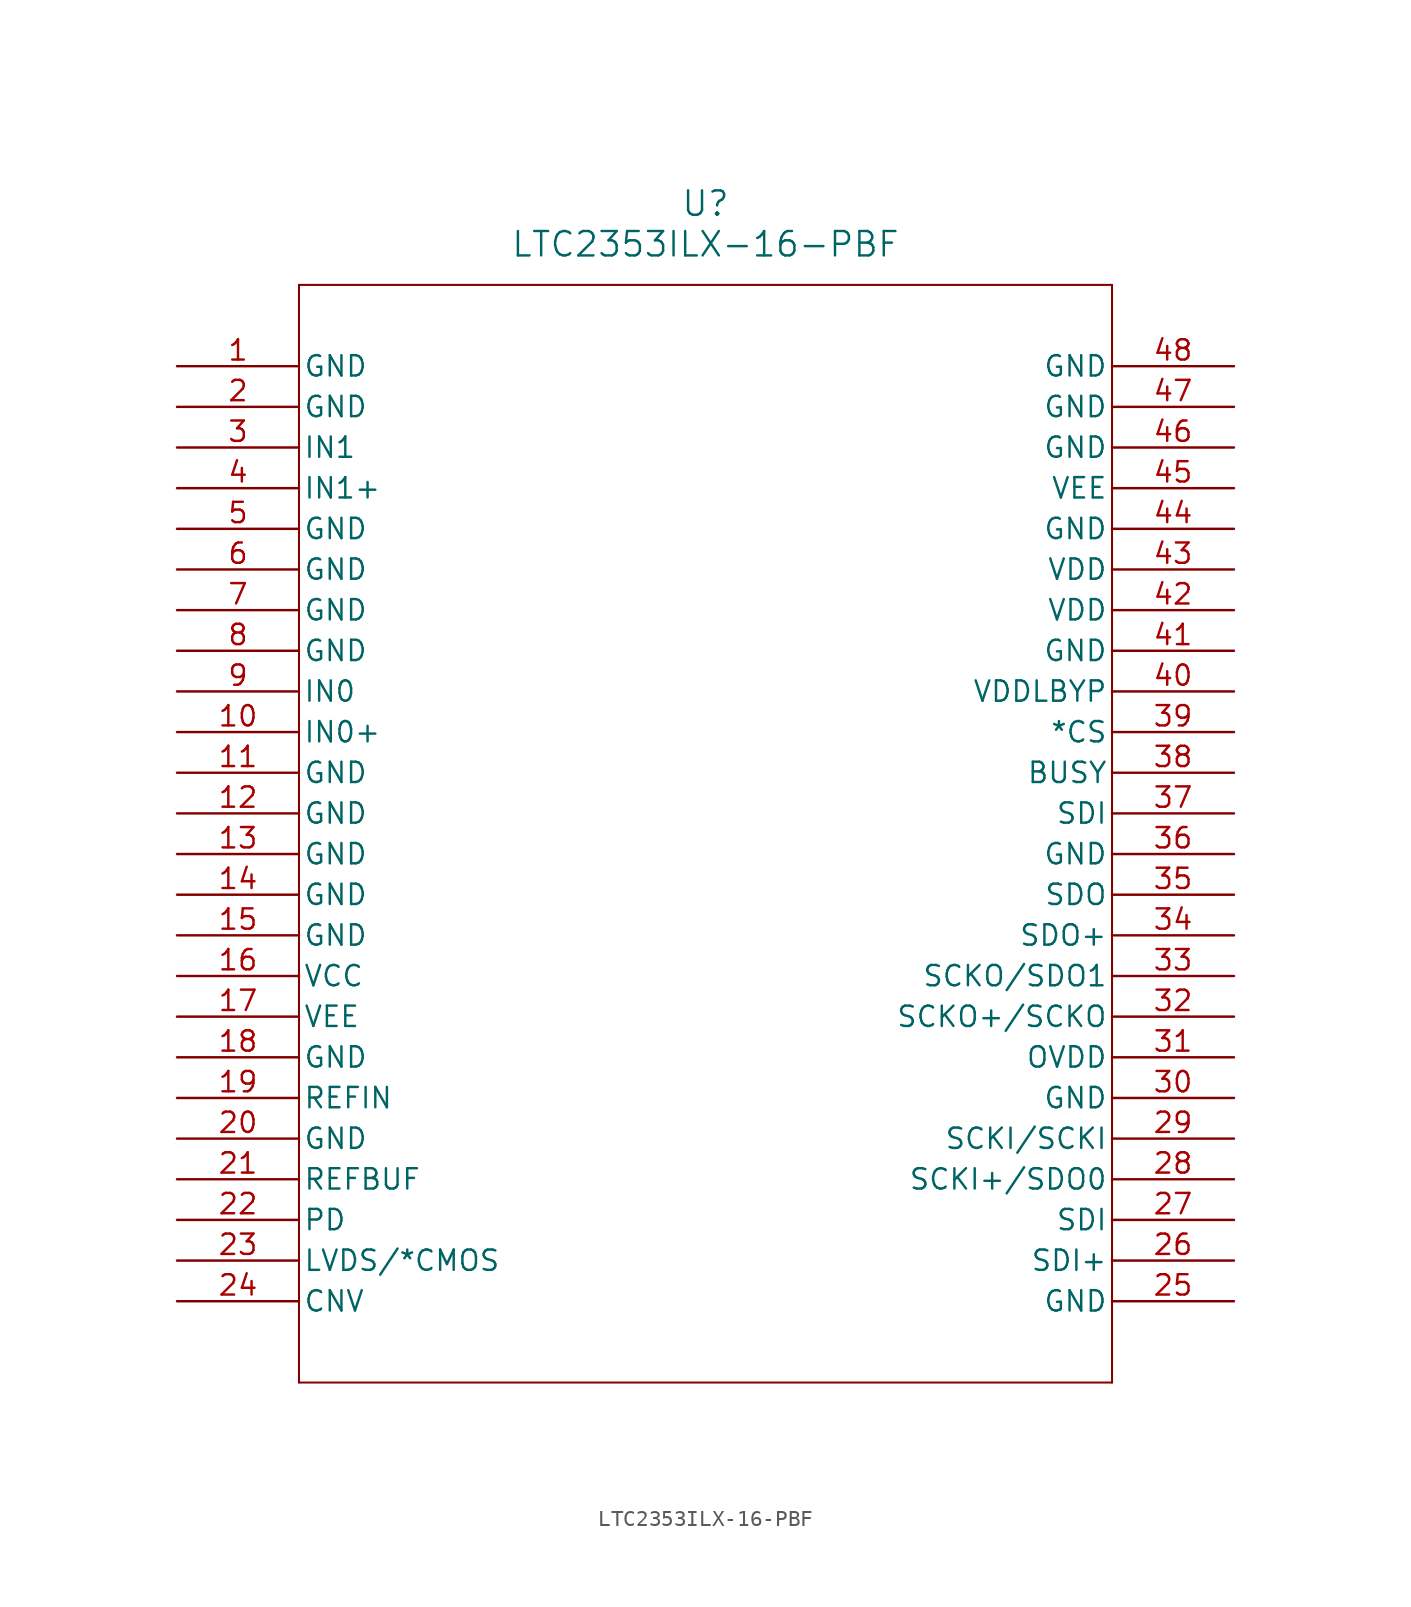
<source format=kicad_sym>
(kicad_symbol_lib
  (version 20211014)
  (generator kicad_symbol_editor)
  (symbol "LTC2353ILX-16-PBF"
    (pin_names
      (offset 0.254))
    (property "Reference" "U"
      (at 33.02 10.16 0)
      (effects (font (size 1.524 1.524))))
    (property "Value" "LTC2353ILX-16-PBF"
      (at 33.02 7.62 0)
      (effects (font (size 1.524 1.524))))
    (symbol "LTC2353ILX-16-PBF_0_1"
      (polyline (pts (xy 7.62 5.08) (xy 7.62 -63.5)) (stroke (width 0.127) (type default) (color 0 0 0 0)) (fill (type none)))
      (polyline (pts (xy 7.62 -63.5) (xy 58.42 -63.5)) (stroke (width 0.127) (type default) (color 0 0 0 0)) (fill (type none)))
      (polyline (pts (xy 58.42 -63.5) (xy 58.42 5.08)) (stroke (width 0.127) (type default) (color 0 0 0 0)) (fill (type none)))
      (polyline (pts (xy 58.42 5.08) (xy 7.62 5.08)) (stroke (width 0.127) (type default) (color 0 0 0 0)) (fill (type none)))
      (pin power_out line (at 0 0 0) (length 7.62) (name "GND" (effects (font (size 1.27 1.27)))) (number "1" (effects (font (size 1.27 1.27)))))
      (pin power_out line (at 0 -2.54 0) (length 7.62) (name "GND" (effects (font (size 1.27 1.27)))) (number "2" (effects (font (size 1.27 1.27)))))
      (pin input line (at 0 -5.08 0) (length 7.62) (name "IN1" (effects (font (size 1.27 1.27)))) (number "3" (effects (font (size 1.27 1.27)))))
      (pin input line (at 0 -7.62 0) (length 7.62) (name "IN1+" (effects (font (size 1.27 1.27)))) (number "4" (effects (font (size 1.27 1.27)))))
      (pin power_out line (at 0 -10.16 0) (length 7.62) (name "GND" (effects (font (size 1.27 1.27)))) (number "5" (effects (font (size 1.27 1.27)))))
      (pin power_out line (at 0 -12.7 0) (length 7.62) (name "GND" (effects (font (size 1.27 1.27)))) (number "6" (effects (font (size 1.27 1.27)))))
      (pin power_out line (at 0 -15.24 0) (length 7.62) (name "GND" (effects (font (size 1.27 1.27)))) (number "7" (effects (font (size 1.27 1.27)))))
      (pin power_out line (at 0 -17.78 0) (length 7.62) (name "GND" (effects (font (size 1.27 1.27)))) (number "8" (effects (font (size 1.27 1.27)))))
      (pin bidirectional line (at 0 -20.32 0) (length 7.62) (name "IN0" (effects (font (size 1.27 1.27)))) (number "9" (effects (font (size 1.27 1.27)))))
      (pin bidirectional line (at 0 -22.86 0) (length 7.62) (name "IN0+" (effects (font (size 1.27 1.27)))) (number "10" (effects (font (size 1.27 1.27)))))
      (pin power_out line (at 0 -25.4 0) (length 7.62) (name "GND" (effects (font (size 1.27 1.27)))) (number "11" (effects (font (size 1.27 1.27)))))
      (pin power_out line (at 0 -27.94 0) (length 7.62) (name "GND" (effects (font (size 1.27 1.27)))) (number "12" (effects (font (size 1.27 1.27)))))
      (pin power_out line (at 0 -30.48 0) (length 7.62) (name "GND" (effects (font (size 1.27 1.27)))) (number "13" (effects (font (size 1.27 1.27)))))
      (pin power_out line (at 0 -33.02 0) (length 7.62) (name "GND" (effects (font (size 1.27 1.27)))) (number "14" (effects (font (size 1.27 1.27)))))
      (pin power_out line (at 0 -35.56 0) (length 7.62) (name "GND" (effects (font (size 1.27 1.27)))) (number "15" (effects (font (size 1.27 1.27)))))
      (pin power_in line (at 0 -38.1 0) (length 7.62) (name "VCC" (effects (font (size 1.27 1.27)))) (number "16" (effects (font (size 1.27 1.27)))))
      (pin power_in line (at 0 -40.64 0) (length 7.62) (name "VEE" (effects (font (size 1.27 1.27)))) (number "17" (effects (font (size 1.27 1.27)))))
      (pin power_out line (at 0 -43.18 0) (length 7.62) (name "GND" (effects (font (size 1.27 1.27)))) (number "18" (effects (font (size 1.27 1.27)))))
      (pin unspecified line (at 0 -45.72 0) (length 7.62) (name "REFIN" (effects (font (size 1.27 1.27)))) (number "19" (effects (font (size 1.27 1.27)))))
      (pin power_out line (at 0 -48.26 0) (length 7.62) (name "GND" (effects (font (size 1.27 1.27)))) (number "20" (effects (font (size 1.27 1.27)))))
      (pin unspecified line (at 0 -50.8 0) (length 7.62) (name "REFBUF" (effects (font (size 1.27 1.27)))) (number "21" (effects (font (size 1.27 1.27)))))
      (pin unspecified line (at 0 -53.34 0) (length 7.62) (name "PD" (effects (font (size 1.27 1.27)))) (number "22" (effects (font (size 1.27 1.27)))))
      (pin unspecified line (at 0 -55.88 0) (length 7.62) (name "LVDS/*CMOS" (effects (font (size 1.27 1.27)))) (number "23" (effects (font (size 1.27 1.27)))))
      (pin unspecified line (at 0 -58.42 0) (length 7.62) (name "CNV" (effects (font (size 1.27 1.27)))) (number "24" (effects (font (size 1.27 1.27)))))
      (pin power_out line (at 66.04 -58.42 180) (length 7.62) (name "GND" (effects (font (size 1.27 1.27)))) (number "25" (effects (font (size 1.27 1.27)))))
      (pin unspecified line (at 66.04 -55.88 180) (length 7.62) (name "SDI+" (effects (font (size 1.27 1.27)))) (number "26" (effects (font (size 1.27 1.27)))))
      (pin unspecified line (at 66.04 -53.34 180) (length 7.62) (name "SDI" (effects (font (size 1.27 1.27)))) (number "27" (effects (font (size 1.27 1.27)))))
      (pin unspecified line (at 66.04 -50.8 180) (length 7.62) (name "SCKI+/SDO0" (effects (font (size 1.27 1.27)))) (number "28" (effects (font (size 1.27 1.27)))))
      (pin unspecified line (at 66.04 -48.26 180) (length 7.62) (name "SCKI/SCKI" (effects (font (size 1.27 1.27)))) (number "29" (effects (font (size 1.27 1.27)))))
      (pin power_out line (at 66.04 -45.72 180) (length 7.62) (name "GND" (effects (font (size 1.27 1.27)))) (number "30" (effects (font (size 1.27 1.27)))))
      (pin power_in line (at 66.04 -43.18 180) (length 7.62) (name "OVDD" (effects (font (size 1.27 1.27)))) (number "31" (effects (font (size 1.27 1.27)))))
      (pin unspecified line (at 66.04 -40.64 180) (length 7.62) (name "SCKO+/SCKO" (effects (font (size 1.27 1.27)))) (number "32" (effects (font (size 1.27 1.27)))))
      (pin unspecified line (at 66.04 -38.1 180) (length 7.62) (name "SCKO/SDO1" (effects (font (size 1.27 1.27)))) (number "33" (effects (font (size 1.27 1.27)))))
      (pin unspecified line (at 66.04 -35.56 180) (length 7.62) (name "SDO+" (effects (font (size 1.27 1.27)))) (number "34" (effects (font (size 1.27 1.27)))))
      (pin unspecified line (at 66.04 -33.02 180) (length 7.62) (name "SDO" (effects (font (size 1.27 1.27)))) (number "35" (effects (font (size 1.27 1.27)))))
      (pin power_out line (at 66.04 -30.48 180) (length 7.62) (name "GND" (effects (font (size 1.27 1.27)))) (number "36" (effects (font (size 1.27 1.27)))))
      (pin unspecified line (at 66.04 -27.94 180) (length 7.62) (name "SDI" (effects (font (size 1.27 1.27)))) (number "37" (effects (font (size 1.27 1.27)))))
      (pin unspecified line (at 66.04 -25.4 180) (length 7.62) (name "BUSY" (effects (font (size 1.27 1.27)))) (number "38" (effects (font (size 1.27 1.27)))))
      (pin unspecified line (at 66.04 -22.86 180) (length 7.62) (name "*CS" (effects (font (size 1.27 1.27)))) (number "39" (effects (font (size 1.27 1.27)))))
      (pin power_in line (at 66.04 -20.32 180) (length 7.62) (name "VDDLBYP" (effects (font (size 1.27 1.27)))) (number "40" (effects (font (size 1.27 1.27)))))
      (pin power_out line (at 66.04 -17.78 180) (length 7.62) (name "GND" (effects (font (size 1.27 1.27)))) (number "41" (effects (font (size 1.27 1.27)))))
      (pin power_in line (at 66.04 -15.24 180) (length 7.62) (name "VDD" (effects (font (size 1.27 1.27)))) (number "42" (effects (font (size 1.27 1.27)))))
      (pin power_in line (at 66.04 -12.7 180) (length 7.62) (name "VDD" (effects (font (size 1.27 1.27)))) (number "43" (effects (font (size 1.27 1.27)))))
      (pin power_out line (at 66.04 -10.16 180) (length 7.62) (name "GND" (effects (font (size 1.27 1.27)))) (number "44" (effects (font (size 1.27 1.27)))))
      (pin power_in line (at 66.04 -7.62 180) (length 7.62) (name "VEE" (effects (font (size 1.27 1.27)))) (number "45" (effects (font (size 1.27 1.27)))))
      (pin power_out line (at 66.04 -5.08 180) (length 7.62) (name "GND" (effects (font (size 1.27 1.27)))) (number "46" (effects (font (size 1.27 1.27)))))
      (pin power_out line (at 66.04 -2.54 180) (length 7.62) (name "GND" (effects (font (size 1.27 1.27)))) (number "47" (effects (font (size 1.27 1.27)))))
      (pin power_out line (at 66.04 0 180) (length 7.62) (name "GND" (effects (font (size 1.27 1.27)))) (number "48" (effects (font (size 1.27 1.27))))))))
</source>
